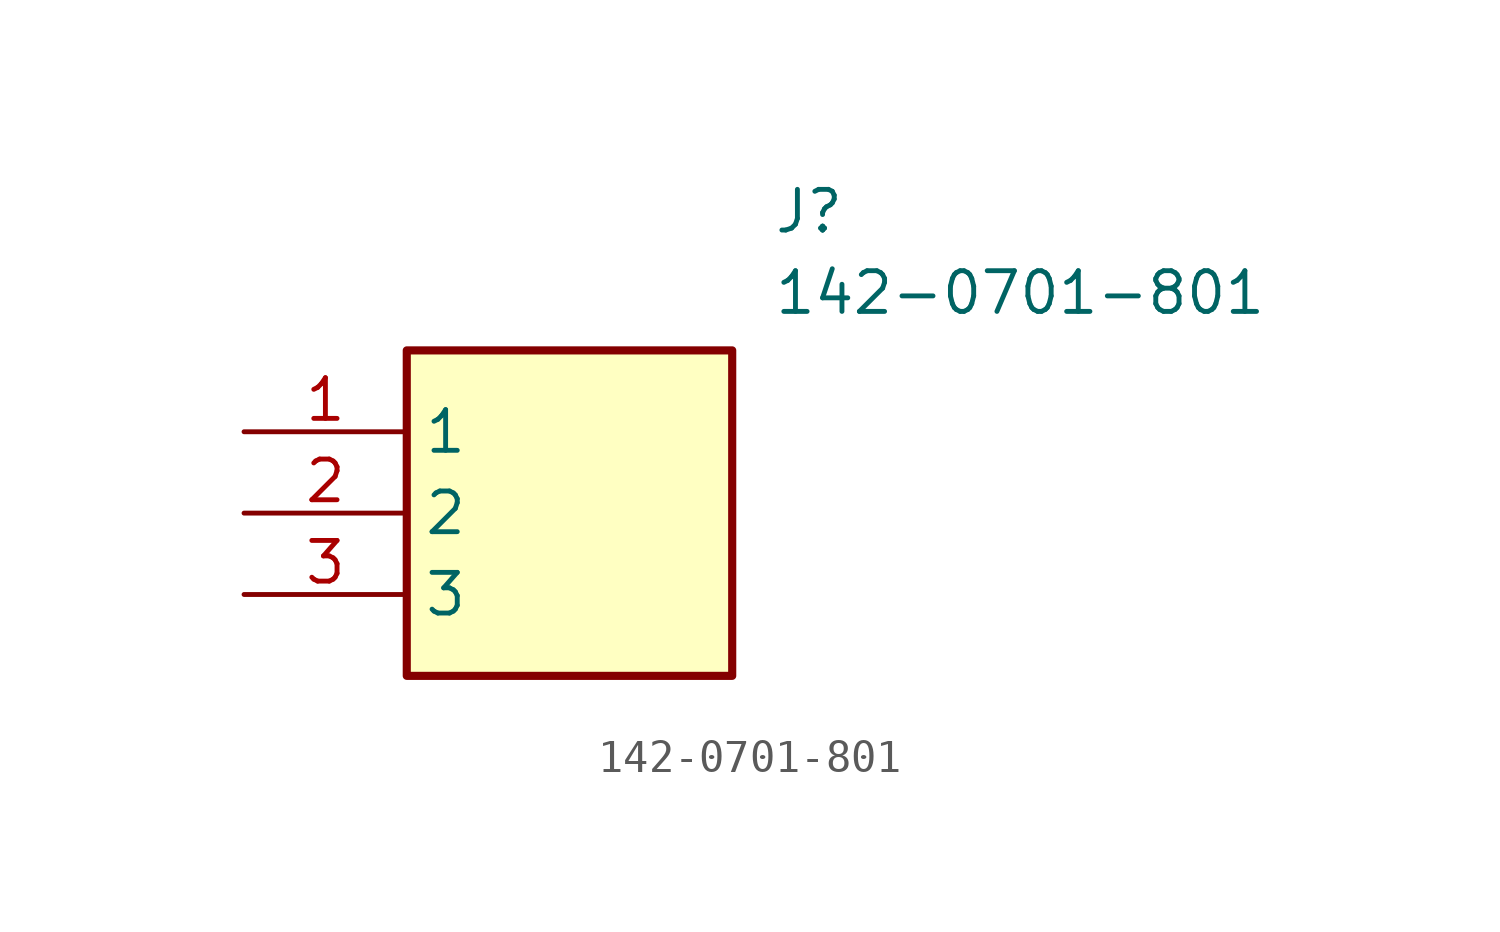
<source format=kicad_sym>
(kicad_symbol_lib
  (version 20211014)
  (generator SamacSys_ECAD_Model)
  (symbol "142-0701-801"
    (property "Reference" "J"
      (at 16.51 7.62 0)
      (effects (font (size 1.27 1.27)) (justify left top)))
    (property "Value" "142-0701-801"
      (at 16.51 5.08 0)
      (effects (font (size 1.27 1.27)) (justify left top)))
    (rectangle
      (start 5.08 2.54)
      (end 15.24 -7.62)
      (stroke (width 0.254) (type default))
      (fill (type background)))
    (pin passive line
      (at 0 0 0)
      (length 5.08)
      (name "1" (effects (font (size 1.27 1.27))))
      (number "1" (effects (font (size 1.27 1.27)))))
    (pin passive line
      (at 0 -2.54 0)
      (length 5.08)
      (name "2" (effects (font (size 1.27 1.27))))
      (number "2" (effects (font (size 1.27 1.27)))))
    (pin passive line
      (at 0 -5.08 0)
      (length 5.08)
      (name "3" (effects (font (size 1.27 1.27))))
      (number "3" (effects (font (size 1.27 1.27)))))))
</source>
